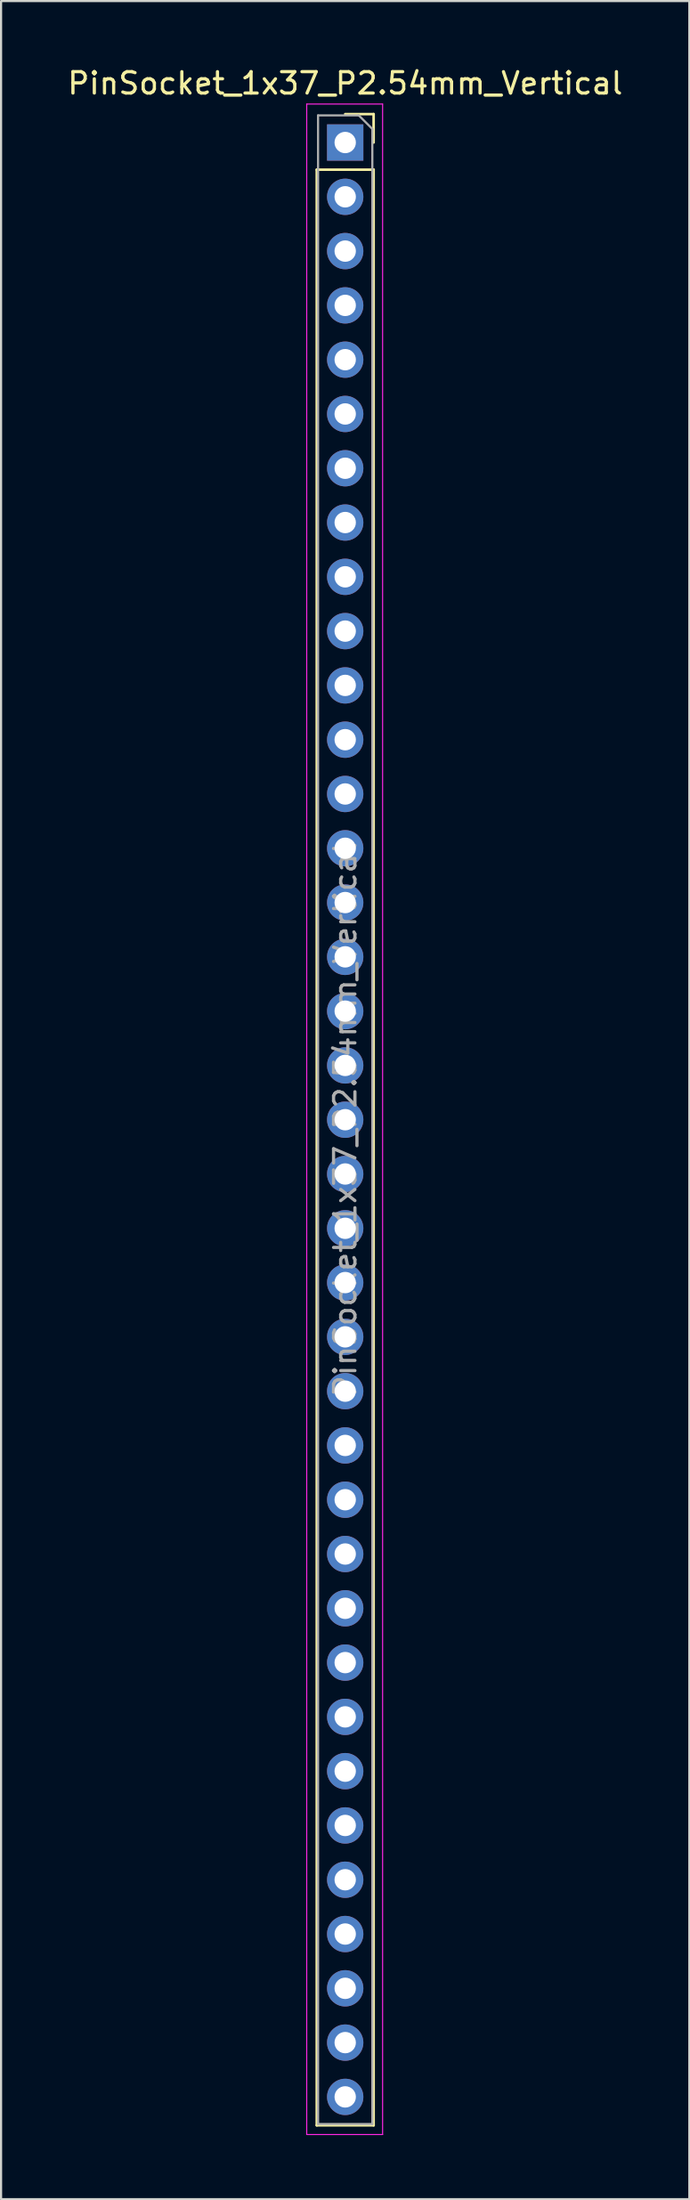
<source format=kicad_pcb>
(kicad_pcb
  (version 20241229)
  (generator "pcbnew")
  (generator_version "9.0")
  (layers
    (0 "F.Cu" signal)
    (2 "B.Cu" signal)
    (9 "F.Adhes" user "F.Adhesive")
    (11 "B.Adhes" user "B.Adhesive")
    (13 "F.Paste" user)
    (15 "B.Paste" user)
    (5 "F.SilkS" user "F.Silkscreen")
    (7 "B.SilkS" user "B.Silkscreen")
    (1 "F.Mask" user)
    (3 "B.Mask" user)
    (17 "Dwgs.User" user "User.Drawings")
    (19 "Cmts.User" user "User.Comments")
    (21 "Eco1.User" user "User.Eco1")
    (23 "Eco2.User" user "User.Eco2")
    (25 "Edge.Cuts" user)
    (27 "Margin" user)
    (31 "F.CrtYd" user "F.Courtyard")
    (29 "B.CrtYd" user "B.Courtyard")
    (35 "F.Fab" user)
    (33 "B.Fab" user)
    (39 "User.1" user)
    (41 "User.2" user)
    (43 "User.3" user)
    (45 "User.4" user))
  (footprint "PinSocket_1x37_P2.54mm_Vertical"
    (layer "F.Cu")
    (at 13.101 3.618)
    (property "Reference" "PinSocket_1x37_P2.54mm_Vertical" (at 0 -2.77 0) (layer "F.SilkS") (effects (font (size 1 1) (thickness 0.15))))
    (attr through_hole)
    (fp_line (start -1.33 1.27) (end -1.33 92.77) (stroke (width 0.12) (type solid)) (layer "F.SilkS"))
    (fp_line (start -1.33 1.27) (end 1.33 1.27) (stroke (width 0.12) (type solid)) (layer "F.SilkS"))
    (fp_line (start -1.33 92.77) (end 1.33 92.77) (stroke (width 0.12) (type solid)) (layer "F.SilkS"))
    (fp_line (start 0 -1.33) (end 1.33 -1.33) (stroke (width 0.12) (type solid)) (layer "F.SilkS"))
    (fp_line (start 1.33 -1.33) (end 1.33 0) (stroke (width 0.12) (type solid)) (layer "F.SilkS"))
    (fp_line (start 1.33 1.27) (end 1.33 92.77) (stroke (width 0.12) (type solid)) (layer "F.SilkS"))
    (fp_line (start -1.8 -1.8) (end 1.75 -1.8) (stroke (width 0.05) (type solid)) (layer "F.CrtYd"))
    (fp_line (start -1.8 93.2) (end -1.8 -1.8) (stroke (width 0.05) (type solid)) (layer "F.CrtYd"))
    (fp_line (start 1.75 -1.8) (end 1.75 93.2) (stroke (width 0.05) (type solid)) (layer "F.CrtYd"))
    (fp_line (start 1.75 93.2) (end -1.8 93.2) (stroke (width 0.05) (type solid)) (layer "F.CrtYd"))
    (fp_line (start -1.27 -1.27) (end 0.635 -1.27) (stroke (width 0.1) (type solid)) (layer "F.Fab"))
    (fp_line (start -1.27 92.71) (end -1.27 -1.27) (stroke (width 0.1) (type solid)) (layer "F.Fab"))
    (fp_line (start 0.635 -1.27) (end 1.27 -0.635) (stroke (width 0.1) (type solid)) (layer "F.Fab"))
    (fp_line (start 1.27 -0.635) (end 1.27 92.71) (stroke (width 0.1) (type solid)) (layer "F.Fab"))
    (fp_line (start 1.27 92.71) (end -1.27 92.71) (stroke (width 0.1) (type solid)) (layer "F.Fab"))
    (fp_text user "${REFERENCE}" (at 0 45.72 90) (layer "F.Fab") (effects (font (size 1 1) (thickness 0.15))))
    (pad "1" thru_hole rect (at 0 0) (size 1.7 1.7) (drill 1) (layers "*.Cu" "*.Mask"))
    (pad "2" thru_hole oval (at 0 2.54) (size 1.7 1.7) (drill 1) (layers "*.Cu" "*.Mask"))
    (pad "3" thru_hole oval (at 0 5.08) (size 1.7 1.7) (drill 1) (layers "*.Cu" "*.Mask"))
    (pad "4" thru_hole oval (at 0 7.62) (size 1.7 1.7) (drill 1) (layers "*.Cu" "*.Mask"))
    (pad "5" thru_hole oval (at 0 10.16) (size 1.7 1.7) (drill 1) (layers "*.Cu" "*.Mask"))
    (pad "6" thru_hole oval (at 0 12.7) (size 1.7 1.7) (drill 1) (layers "*.Cu" "*.Mask"))
    (pad "7" thru_hole oval (at 0 15.24) (size 1.7 1.7) (drill 1) (layers "*.Cu" "*.Mask"))
    (pad "8" thru_hole oval (at 0 17.78) (size 1.7 1.7) (drill 1) (layers "*.Cu" "*.Mask"))
    (pad "9" thru_hole oval (at 0 20.32) (size 1.7 1.7) (drill 1) (layers "*.Cu" "*.Mask"))
    (pad "10" thru_hole oval (at 0 22.86) (size 1.7 1.7) (drill 1) (layers "*.Cu" "*.Mask"))
    (pad "11" thru_hole oval (at 0 25.4) (size 1.7 1.7) (drill 1) (layers "*.Cu" "*.Mask"))
    (pad "12" thru_hole oval (at 0 27.94) (size 1.7 1.7) (drill 1) (layers "*.Cu" "*.Mask"))
    (pad "13" thru_hole oval (at 0 30.48) (size 1.7 1.7) (drill 1) (layers "*.Cu" "*.Mask"))
    (pad "14" thru_hole oval (at 0 33.02) (size 1.7 1.7) (drill 1) (layers "*.Cu" "*.Mask"))
    (pad "15" thru_hole oval (at 0 35.56) (size 1.7 1.7) (drill 1) (layers "*.Cu" "*.Mask"))
    (pad "16" thru_hole oval (at 0 38.1) (size 1.7 1.7) (drill 1) (layers "*.Cu" "*.Mask"))
    (pad "17" thru_hole oval (at 0 40.64) (size 1.7 1.7) (drill 1) (layers "*.Cu" "*.Mask"))
    (pad "18" thru_hole oval (at 0 43.18) (size 1.7 1.7) (drill 1) (layers "*.Cu" "*.Mask"))
    (pad "19" thru_hole oval (at 0 45.72) (size 1.7 1.7) (drill 1) (layers "*.Cu" "*.Mask"))
    (pad "20" thru_hole oval (at 0 48.26) (size 1.7 1.7) (drill 1) (layers "*.Cu" "*.Mask"))
    (pad "21" thru_hole oval (at 0 50.8) (size 1.7 1.7) (drill 1) (layers "*.Cu" "*.Mask"))
    (pad "22" thru_hole oval (at 0 53.34) (size 1.7 1.7) (drill 1) (layers "*.Cu" "*.Mask"))
    (pad "23" thru_hole oval (at 0 55.88) (size 1.7 1.7) (drill 1) (layers "*.Cu" "*.Mask"))
    (pad "24" thru_hole oval (at 0 58.42) (size 1.7 1.7) (drill 1) (layers "*.Cu" "*.Mask"))
    (pad "25" thru_hole oval (at 0 60.96) (size 1.7 1.7) (drill 1) (layers "*.Cu" "*.Mask"))
    (pad "26" thru_hole oval (at 0 63.5) (size 1.7 1.7) (drill 1) (layers "*.Cu" "*.Mask"))
    (pad "27" thru_hole oval (at 0 66.04) (size 1.7 1.7) (drill 1) (layers "*.Cu" "*.Mask"))
    (pad "28" thru_hole oval (at 0 68.58) (size 1.7 1.7) (drill 1) (layers "*.Cu" "*.Mask"))
    (pad "29" thru_hole oval (at 0 71.12) (size 1.7 1.7) (drill 1) (layers "*.Cu" "*.Mask"))
    (pad "30" thru_hole oval (at 0 73.66) (size 1.7 1.7) (drill 1) (layers "*.Cu" "*.Mask"))
    (pad "31" thru_hole oval (at 0 76.2) (size 1.7 1.7) (drill 1) (layers "*.Cu" "*.Mask"))
    (pad "32" thru_hole oval (at 0 78.74) (size 1.7 1.7) (drill 1) (layers "*.Cu" "*.Mask"))
    (pad "33" thru_hole oval (at 0 81.28) (size 1.7 1.7) (drill 1) (layers "*.Cu" "*.Mask"))
    (pad "34" thru_hole oval (at 0 83.82) (size 1.7 1.7) (drill 1) (layers "*.Cu" "*.Mask"))
    (pad "35" thru_hole oval (at 0 86.36) (size 1.7 1.7) (drill 1) (layers "*.Cu" "*.Mask"))
    (pad "36" thru_hole oval (at 0 88.9) (size 1.7 1.7) (drill 1) (layers "*.Cu" "*.Mask"))
    (pad "37" thru_hole oval (at 0 91.44) (size 1.7 1.7) (drill 1) (layers "*.Cu" "*.Mask")))
  (gr_rect
    (start -3 -3)
    (end 29.202 99.843)
    (stroke (width 0.1) (type default))
    (fill no)
    (layer "Edge.Cuts")))
</source>
